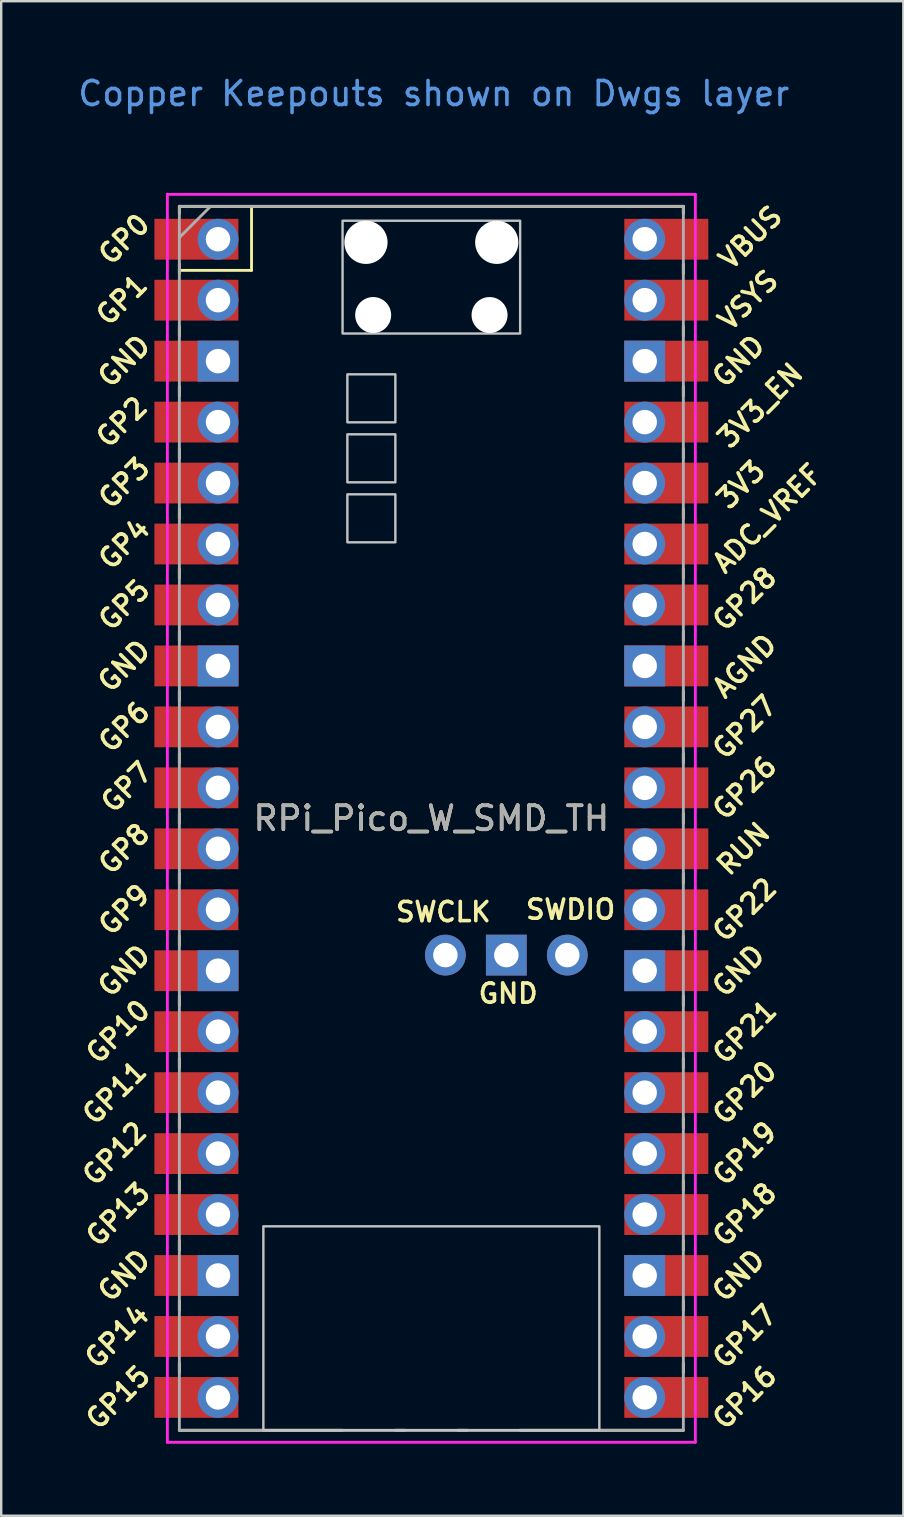
<source format=kicad_pcb>
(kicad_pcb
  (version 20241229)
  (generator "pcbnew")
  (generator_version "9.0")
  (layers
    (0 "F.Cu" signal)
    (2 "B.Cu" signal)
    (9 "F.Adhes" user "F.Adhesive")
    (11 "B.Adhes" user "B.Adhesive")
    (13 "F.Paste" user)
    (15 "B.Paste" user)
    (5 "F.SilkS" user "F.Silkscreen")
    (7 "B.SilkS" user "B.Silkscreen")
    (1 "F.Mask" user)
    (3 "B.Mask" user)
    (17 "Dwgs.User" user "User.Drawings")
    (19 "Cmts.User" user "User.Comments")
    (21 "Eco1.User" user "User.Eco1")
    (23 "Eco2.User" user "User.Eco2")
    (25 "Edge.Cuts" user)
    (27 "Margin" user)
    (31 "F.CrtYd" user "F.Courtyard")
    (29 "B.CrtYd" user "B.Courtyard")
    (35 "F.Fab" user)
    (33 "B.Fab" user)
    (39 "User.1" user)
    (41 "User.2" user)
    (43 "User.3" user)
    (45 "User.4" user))
  (footprint "RPi_Pico_W_SMD_TH"
    (layer "F.Cu")
    (at 14.924 31.048)
    (property "Reference" "RPi_Pico_W_SMD_TH" (at 0 0 0) (layer "F.SilkS") (effects (font (size 1 1) (thickness 0.15))))
    (attr through_hole)
    (fp_line (start -10.5 -25.5) (end -10.5 -25.2) (stroke (width 0.12) (type solid)) (layer "F.SilkS"))
    (fp_line (start -10.5 -25.5) (end 10.5 -25.5) (stroke (width 0.12) (type solid)) (layer "F.SilkS"))
    (fp_line (start -10.5 -23.1) (end -10.5 -22.7) (stroke (width 0.12) (type solid)) (layer "F.SilkS"))
    (fp_line (start -10.5 -22.833) (end -7.493 -22.833) (stroke (width 0.12) (type solid)) (layer "F.SilkS"))
    (fp_line (start -10.5 -20.5) (end -10.5 -20.1) (stroke (width 0.12) (type solid)) (layer "F.SilkS"))
    (fp_line (start -10.5 -18) (end -10.5 -17.6) (stroke (width 0.12) (type solid)) (layer "F.SilkS"))
    (fp_line (start -10.5 -15.4) (end -10.5 -15) (stroke (width 0.12) (type solid)) (layer "F.SilkS"))
    (fp_line (start -10.5 -12.9) (end -10.5 -12.5) (stroke (width 0.12) (type solid)) (layer "F.SilkS"))
    (fp_line (start -10.5 -10.4) (end -10.5 -10) (stroke (width 0.12) (type solid)) (layer "F.SilkS"))
    (fp_line (start -10.5 -7.8) (end -10.5 -7.4) (stroke (width 0.12) (type solid)) (layer "F.SilkS"))
    (fp_line (start -10.5 -5.3) (end -10.5 -4.9) (stroke (width 0.12) (type solid)) (layer "F.SilkS"))
    (fp_line (start -10.5 -2.7) (end -10.5 -2.3) (stroke (width 0.12) (type solid)) (layer "F.SilkS"))
    (fp_line (start -10.5 -0.2) (end -10.5 0.2) (stroke (width 0.12) (type solid)) (layer "F.SilkS"))
    (fp_line (start -10.5 2.3) (end -10.5 2.7) (stroke (width 0.12) (type solid)) (layer "F.SilkS"))
    (fp_line (start -10.5 4.9) (end -10.5 5.3) (stroke (width 0.12) (type solid)) (layer "F.SilkS"))
    (fp_line (start -10.5 7.4) (end -10.5 7.8) (stroke (width 0.12) (type solid)) (layer "F.SilkS"))
    (fp_line (start -10.5 10) (end -10.5 10.4) (stroke (width 0.12) (type solid)) (layer "F.SilkS"))
    (fp_line (start -10.5 12.5) (end -10.5 12.9) (stroke (width 0.12) (type solid)) (layer "F.SilkS"))
    (fp_line (start -10.5 15.1) (end -10.5 15.5) (stroke (width 0.12) (type solid)) (layer "F.SilkS"))
    (fp_line (start -10.5 17.6) (end -10.5 18) (stroke (width 0.12) (type solid)) (layer "F.SilkS"))
    (fp_line (start -10.5 20.1) (end -10.5 20.5) (stroke (width 0.12) (type solid)) (layer "F.SilkS"))
    (fp_line (start -10.5 22.7) (end -10.5 23.1) (stroke (width 0.12) (type solid)) (layer "F.SilkS"))
    (fp_line (start -7.493 -22.833) (end -7.493 -25.5) (stroke (width 0.12) (type solid)) (layer "F.SilkS"))
    (fp_line (start -3.7 25.5) (end -10.5 25.5) (stroke (width 0.12) (type solid)) (layer "F.SilkS"))
    (fp_line (start -1.5 25.5) (end -1.1 25.5) (stroke (width 0.12) (type solid)) (layer "F.SilkS"))
    (fp_line (start 1.1 25.5) (end 1.5 25.5) (stroke (width 0.12) (type solid)) (layer "F.SilkS"))
    (fp_line (start 10.5 -25.5) (end 10.5 -25.2) (stroke (width 0.12) (type solid)) (layer "F.SilkS"))
    (fp_line (start 10.5 -23.1) (end 10.5 -22.7) (stroke (width 0.12) (type solid)) (layer "F.SilkS"))
    (fp_line (start 10.5 -20.5) (end 10.5 -20.1) (stroke (width 0.12) (type solid)) (layer "F.SilkS"))
    (fp_line (start 10.5 -18) (end 10.5 -17.6) (stroke (width 0.12) (type solid)) (layer "F.SilkS"))
    (fp_line (start 10.5 -15.4) (end 10.5 -15) (stroke (width 0.12) (type solid)) (layer "F.SilkS"))
    (fp_line (start 10.5 -12.9) (end 10.5 -12.5) (stroke (width 0.12) (type solid)) (layer "F.SilkS"))
    (fp_line (start 10.5 -10.4) (end 10.5 -10) (stroke (width 0.12) (type solid)) (layer "F.SilkS"))
    (fp_line (start 10.5 -7.8) (end 10.5 -7.4) (stroke (width 0.12) (type solid)) (layer "F.SilkS"))
    (fp_line (start 10.5 -5.3) (end 10.5 -4.9) (stroke (width 0.12) (type solid)) (layer "F.SilkS"))
    (fp_line (start 10.5 -2.7) (end 10.5 -2.3) (stroke (width 0.12) (type solid)) (layer "F.SilkS"))
    (fp_line (start 10.5 -0.2) (end 10.5 0.2) (stroke (width 0.12) (type solid)) (layer "F.SilkS"))
    (fp_line (start 10.5 2.3) (end 10.5 2.7) (stroke (width 0.12) (type solid)) (layer "F.SilkS"))
    (fp_line (start 10.5 4.9) (end 10.5 5.3) (stroke (width 0.12) (type solid)) (layer "F.SilkS"))
    (fp_line (start 10.5 7.4) (end 10.5 7.8) (stroke (width 0.12) (type solid)) (layer "F.SilkS"))
    (fp_line (start 10.5 10) (end 10.5 10.4) (stroke (width 0.12) (type solid)) (layer "F.SilkS"))
    (fp_line (start 10.5 12.5) (end 10.5 12.9) (stroke (width 0.12) (type solid)) (layer "F.SilkS"))
    (fp_line (start 10.5 15.1) (end 10.5 15.5) (stroke (width 0.12) (type solid)) (layer "F.SilkS"))
    (fp_line (start 10.5 17.6) (end 10.5 18) (stroke (width 0.12) (type solid)) (layer "F.SilkS"))
    (fp_line (start 10.5 20.1) (end 10.5 20.5) (stroke (width 0.12) (type solid)) (layer "F.SilkS"))
    (fp_line (start 10.5 22.7) (end 10.5 23.1) (stroke (width 0.12) (type solid)) (layer "F.SilkS"))
    (fp_line (start 10.5 25.5) (end 3.7 25.5) (stroke (width 0.12) (type solid)) (layer "F.SilkS"))
    (fp_poly (pts (xy -1.5 -16.5) (xy -3.5 -16.5) (xy -3.5 -18.5) (xy -1.5 -18.5)) (stroke (width 0.1) (type solid)) (fill no) (layer "Dwgs.User"))
    (fp_poly (pts (xy -1.5 -14) (xy -3.5 -14) (xy -3.5 -16) (xy -1.5 -16)) (stroke (width 0.1) (type solid)) (fill no) (layer "Dwgs.User"))
    (fp_poly (pts (xy -1.5 -11.5) (xy -3.5 -11.5) (xy -3.5 -13.5) (xy -1.5 -13.5)) (stroke (width 0.1) (type solid)) (fill no) (layer "Dwgs.User"))
    (fp_poly (pts (xy 3.7 -20.2) (xy -3.7 -20.2) (xy -3.7 -24.9) (xy 3.7 -24.9)) (stroke (width 0.1) (type solid)) (fill no) (layer "Dwgs.User"))
    (fp_poly (pts (xy 7 25.5) (xy -7 25.5) (xy -7 17) (xy 7 17)) (stroke (width 0.1) (type solid)) (fill no) (layer "Dwgs.User"))
    (fp_line (start -11 -26) (end 11 -26) (stroke (width 0.12) (type solid)) (layer "F.CrtYd"))
    (fp_line (start -11 26) (end -11 -26) (stroke (width 0.12) (type solid)) (layer "F.CrtYd"))
    (fp_line (start 11 -26) (end 11 26) (stroke (width 0.12) (type solid)) (layer "F.CrtYd"))
    (fp_line (start 11 26) (end -11 26) (stroke (width 0.12) (type solid)) (layer "F.CrtYd"))
    (fp_line (start -10.5 -25.5) (end 10.5 -25.5) (stroke (width 0.12) (type solid)) (layer "F.Fab"))
    (fp_line (start -10.5 -24.2) (end -9.2 -25.5) (stroke (width 0.12) (type solid)) (layer "F.Fab"))
    (fp_line (start -10.5 25.5) (end -10.5 -25.5) (stroke (width 0.12) (type solid)) (layer "F.Fab"))
    (fp_line (start 10.5 -25.5) (end 10.5 25.5) (stroke (width 0.12) (type solid)) (layer "F.Fab"))
    (fp_line (start 10.5 25.5) (end -10.5 25.5) (stroke (width 0.12) (type solid)) (layer "F.Fab"))
    (fp_text user "GP0" (at -12.8 -24.13 45) (layer "F.SilkS") (effects (font (size 0.8 0.8) (thickness 0.15))))
    (fp_text user "GP18" (at 13.054 16.51 45) (layer "F.SilkS") (effects (font (size 0.8 0.8) (thickness 0.15))))
    (fp_text user "GP27" (at 13.054 -3.8 45) (layer "F.SilkS") (effects (font (size 0.8 0.8) (thickness 0.15))))
    (fp_text user "AGND" (at 13.054 -6.35 45) (layer "F.SilkS") (effects (font (size 0.8 0.8) (thickness 0.15))))
    (fp_text user "GND" (at 3.2 7.3 0) (layer "F.SilkS") (effects (font (size 0.8 0.8) (thickness 0.15))))
    (fp_text user "GP14" (at -13.1 21.59 45) (layer "F.SilkS") (effects (font (size 0.8 0.8) (thickness 0.15))))
    (fp_text user "GP20" (at 13.054 11.43 45) (layer "F.SilkS") (effects (font (size 0.8 0.8) (thickness 0.15))))
    (fp_text user "SWCLK" (at 0.5 3.9 0) (layer "F.SilkS") (effects (font (size 0.8 0.8) (thickness 0.15))))
    (fp_text user "GND" (at -12.8 19.05 45) (layer "F.SilkS") (effects (font (size 0.8 0.8) (thickness 0.15))))
    (fp_text user "VBUS" (at 13.3 -24.2 45) (layer "F.SilkS") (effects (font (size 0.8 0.8) (thickness 0.15))))
    (fp_text user "SWDIO" (at 5.8 3.8 0) (layer "F.SilkS") (effects (font (size 0.8 0.8) (thickness 0.15))))
    (fp_text user "GND" (at -12.8 -19.05 45) (layer "F.SilkS") (effects (font (size 0.8 0.8) (thickness 0.15))))
    (fp_text user "GP5" (at -12.8 -8.89 45) (layer "F.SilkS") (effects (font (size 0.8 0.8) (thickness 0.15))))
    (fp_text user "3V3_EN" (at 13.7 -17.2 45) (layer "F.SilkS") (effects (font (size 0.8 0.8) (thickness 0.15))))
    (fp_text user "GP2" (at -12.9 -16.51 45) (layer "F.SilkS") (effects (font (size 0.8 0.8) (thickness 0.15))))
    (fp_text user "GND" (at 12.8 6.35 45) (layer "F.SilkS") (effects (font (size 0.8 0.8) (thickness 0.15))))
    (fp_text user "GP22" (at 13.054 3.81 45) (layer "F.SilkS") (effects (font (size 0.8 0.8) (thickness 0.15))))
    (fp_text user "GP8" (at -12.8 1.27 45) (layer "F.SilkS") (effects (font (size 0.8 0.8) (thickness 0.15))))
    (fp_text user "GP7" (at -12.7 -1.3 45) (layer "F.SilkS") (effects (font (size 0.8 0.8) (thickness 0.15))))
    (fp_text user "GP13" (at -13.054 16.51 45) (layer "F.SilkS") (effects (font (size 0.8 0.8) (thickness 0.15))))
    (fp_text user "GND" (at -12.8 6.35 45) (layer "F.SilkS") (effects (font (size 0.8 0.8) (thickness 0.15))))
    (fp_text user "RUN" (at 13 1.27 45) (layer "F.SilkS") (effects (font (size 0.8 0.8) (thickness 0.15))))
    (fp_text user "VSYS" (at 13.2 -21.59 45) (layer "F.SilkS") (effects (font (size 0.8 0.8) (thickness 0.15))))
    (fp_text user "ADC_VREF" (at 14 -12.5 45) (layer "F.SilkS") (effects (font (size 0.8 0.8) (thickness 0.15))))
    (fp_text user "GP4" (at -12.8 -11.43 45) (layer "F.SilkS") (effects (font (size 0.8 0.8) (thickness 0.15))))
    (fp_text user "GP10" (at -13.054 8.89 45) (layer "F.SilkS") (effects (font (size 0.8 0.8) (thickness 0.15))))
    (fp_text user "GND" (at 12.8 19.05 45) (layer "F.SilkS") (effects (font (size 0.8 0.8) (thickness 0.15))))
    (fp_text user "GP17" (at 13.054 21.59 45) (layer "F.SilkS") (effects (font (size 0.8 0.8) (thickness 0.15))))
    (fp_text user "GP9" (at -12.8 3.81 45) (layer "F.SilkS") (effects (font (size 0.8 0.8) (thickness 0.15))))
    (fp_text user "3V3" (at 12.9 -13.9 45) (layer "F.SilkS") (effects (font (size 0.8 0.8) (thickness 0.15))))
    (fp_text user "GP12" (at -13.2 13.97 45) (layer "F.SilkS") (effects (font (size 0.8 0.8) (thickness 0.15))))
    (fp_text user "GP21" (at 13.054 8.9 45) (layer "F.SilkS") (effects (font (size 0.8 0.8) (thickness 0.15))))
    (fp_text user "GP15" (at -13.054 24.13 45) (layer "F.SilkS") (effects (font (size 0.8 0.8) (thickness 0.15))))
    (fp_text user "GP1" (at -12.9 -21.6 45) (layer "F.SilkS") (effects (font (size 0.8 0.8) (thickness 0.15))))
    (fp_text user "GP28" (at 13.054 -9.144 45) (layer "F.SilkS") (effects (font (size 0.8 0.8) (thickness 0.15))))
    (fp_text user "GP11" (at -13.2 11.43 45) (layer "F.SilkS") (effects (font (size 0.8 0.8) (thickness 0.15))))
    (fp_text user "GP19" (at 13.054 13.97 45) (layer "F.SilkS") (effects (font (size 0.8 0.8) (thickness 0.15))))
    (fp_text user "GP6" (at -12.8 -3.81 45) (layer "F.SilkS") (effects (font (size 0.8 0.8) (thickness 0.15))))
    (fp_text user "GND" (at 12.8 -19.05 45) (layer "F.SilkS") (effects (font (size 0.8 0.8) (thickness 0.15))))
    (fp_text user "GP16" (at 13.054 24.13 45) (layer "F.SilkS") (effects (font (size 0.8 0.8) (thickness 0.15))))
    (fp_text user "GP26" (at 13.054 -1.27 45) (layer "F.SilkS") (effects (font (size 0.8 0.8) (thickness 0.15))))
    (fp_text user "GP3" (at -12.8 -13.97 45) (layer "F.SilkS") (effects (font (size 0.8 0.8) (thickness 0.15))))
    (fp_text user "GND" (at -12.8 -6.35 45) (layer "F.SilkS") (effects (font (size 0.8 0.8) (thickness 0.15))))
    (fp_text user "Copper Keepouts shown on Dwgs layer" (at 0.1 -30.2 0) (layer "Cmts.User") (effects (font (size 1 1) (thickness 0.15))))
    (fp_text user "${REFERENCE}" (at 0 0 180) (layer "F.Fab") (effects (font (size 1 1) (thickness 0.15))))
    (pad "" np_thru_hole oval (at -2.725 -24) (size 1.8 1.8) (drill 1.8) (layers "*.Cu" "*.Mask"))
    (pad "" np_thru_hole oval (at -2.425 -20.97) (size 1.5 1.5) (drill 1.5) (layers "*.Cu" "*.Mask"))
    (pad "" np_thru_hole oval (at 2.425 -20.97) (size 1.5 1.5) (drill 1.5) (layers "*.Cu" "*.Mask"))
    (pad "" np_thru_hole oval (at 2.725 -24) (size 1.8 1.8) (drill 1.8) (layers "*.Cu" "*.Mask"))
    (pad "1" thru_hole oval (at -8.89 -24.13) (size 1.7 1.7) (drill 1.02) (layers "*.Cu" "*.Mask"))
    (pad "1" smd rect (at -8.89 -24.13) (size 3.5 1.7) (drill (offset -0.9 0)) (layers "F.Cu" "F.Mask"))
    (pad "2" thru_hole oval (at -8.89 -21.59) (size 1.7 1.7) (drill 1.02) (layers "*.Cu" "*.Mask"))
    (pad "2" smd rect (at -8.89 -21.59) (size 3.5 1.7) (drill (offset -0.9 0)) (layers "F.Cu" "F.Mask"))
    (pad "3" thru_hole rect (at -8.89 -19.05) (size 1.7 1.7) (drill 1.02) (layers "*.Cu" "*.Mask"))
    (pad "3" smd rect (at -8.89 -19.05) (size 3.5 1.7) (drill (offset -0.9 0)) (layers "F.Cu" "F.Mask"))
    (pad "4" thru_hole oval (at -8.89 -16.51) (size 1.7 1.7) (drill 1.02) (layers "*.Cu" "*.Mask"))
    (pad "4" smd rect (at -8.89 -16.51) (size 3.5 1.7) (drill (offset -0.9 0)) (layers "F.Cu" "F.Mask"))
    (pad "5" thru_hole oval (at -8.89 -13.97) (size 1.7 1.7) (drill 1.02) (layers "*.Cu" "*.Mask"))
    (pad "5" smd rect (at -8.89 -13.97) (size 3.5 1.7) (drill (offset -0.9 0)) (layers "F.Cu" "F.Mask"))
    (pad "6" thru_hole oval (at -8.89 -11.43) (size 1.7 1.7) (drill 1.02) (layers "*.Cu" "*.Mask"))
    (pad "6" smd rect (at -8.89 -11.43) (size 3.5 1.7) (drill (offset -0.9 0)) (layers "F.Cu" "F.Mask"))
    (pad "7" thru_hole oval (at -8.89 -8.89) (size 1.7 1.7) (drill 1.02) (layers "*.Cu" "*.Mask"))
    (pad "7" smd rect (at -8.89 -8.89) (size 3.5 1.7) (drill (offset -0.9 0)) (layers "F.Cu" "F.Mask"))
    (pad "8" thru_hole rect (at -8.89 -6.35) (size 1.7 1.7) (drill 1.02) (layers "*.Cu" "*.Mask"))
    (pad "8" smd rect (at -8.89 -6.35) (size 3.5 1.7) (drill (offset -0.9 0)) (layers "F.Cu" "F.Mask"))
    (pad "9" thru_hole oval (at -8.89 -3.81) (size 1.7 1.7) (drill 1.02) (layers "*.Cu" "*.Mask"))
    (pad "9" smd rect (at -8.89 -3.81) (size 3.5 1.7) (drill (offset -0.9 0)) (layers "F.Cu" "F.Mask"))
    (pad "10" thru_hole oval (at -8.89 -1.27) (size 1.7 1.7) (drill 1.02) (layers "*.Cu" "*.Mask"))
    (pad "10" smd rect (at -8.89 -1.27) (size 3.5 1.7) (drill (offset -0.9 0)) (layers "F.Cu" "F.Mask"))
    (pad "11" thru_hole oval (at -8.89 1.27) (size 1.7 1.7) (drill 1.02) (layers "*.Cu" "*.Mask"))
    (pad "11" smd rect (at -8.89 1.27) (size 3.5 1.7) (drill (offset -0.9 0)) (layers "F.Cu" "F.Mask"))
    (pad "12" thru_hole oval (at -8.89 3.81) (size 1.7 1.7) (drill 1.02) (layers "*.Cu" "*.Mask"))
    (pad "12" smd rect (at -8.89 3.81) (size 3.5 1.7) (drill (offset -0.9 0)) (layers "F.Cu" "F.Mask"))
    (pad "13" thru_hole rect (at -8.89 6.35) (size 1.7 1.7) (drill 1.02) (layers "*.Cu" "*.Mask"))
    (pad "13" smd rect (at -8.89 6.35) (size 3.5 1.7) (drill (offset -0.9 0)) (layers "F.Cu" "F.Mask"))
    (pad "14" thru_hole oval (at -8.89 8.89) (size 1.7 1.7) (drill 1.02) (layers "*.Cu" "*.Mask"))
    (pad "14" smd rect (at -8.89 8.89) (size 3.5 1.7) (drill (offset -0.9 0)) (layers "F.Cu" "F.Mask"))
    (pad "15" thru_hole oval (at -8.89 11.43) (size 1.7 1.7) (drill 1.02) (layers "*.Cu" "*.Mask"))
    (pad "15" smd rect (at -8.89 11.43) (size 3.5 1.7) (drill (offset -0.9 0)) (layers "F.Cu" "F.Mask"))
    (pad "16" thru_hole oval (at -8.89 13.97) (size 1.7 1.7) (drill 1.02) (layers "*.Cu" "*.Mask"))
    (pad "16" smd rect (at -8.89 13.97) (size 3.5 1.7) (drill (offset -0.9 0)) (layers "F.Cu" "F.Mask"))
    (pad "17" thru_hole oval (at -8.89 16.51) (size 1.7 1.7) (drill 1.02) (layers "*.Cu" "*.Mask"))
    (pad "17" smd rect (at -8.89 16.51) (size 3.5 1.7) (drill (offset -0.9 0)) (layers "F.Cu" "F.Mask"))
    (pad "18" thru_hole rect (at -8.89 19.05) (size 1.7 1.7) (drill 1.02) (layers "*.Cu" "*.Mask"))
    (pad "18" smd rect (at -8.89 19.05) (size 3.5 1.7) (drill (offset -0.9 0)) (layers "F.Cu" "F.Mask"))
    (pad "19" thru_hole oval (at -8.89 21.59) (size 1.7 1.7) (drill 1.02) (layers "*.Cu" "*.Mask"))
    (pad "19" smd rect (at -8.89 21.59) (size 3.5 1.7) (drill (offset -0.9 0)) (layers "F.Cu" "F.Mask"))
    (pad "20" thru_hole oval (at -8.89 24.13) (size 1.7 1.7) (drill 1.02) (layers "*.Cu" "*.Mask"))
    (pad "20" smd rect (at -8.89 24.13) (size 3.5 1.7) (drill (offset -0.9 0)) (layers "F.Cu" "F.Mask"))
    (pad "21" thru_hole oval (at 8.89 24.13) (size 1.7 1.7) (drill 1.02) (layers "*.Cu" "*.Mask"))
    (pad "21" smd rect (at 8.89 24.13) (size 3.5 1.7) (drill (offset 0.9 0)) (layers "F.Cu" "F.Mask"))
    (pad "22" thru_hole oval (at 8.89 21.59) (size 1.7 1.7) (drill 1.02) (layers "*.Cu" "*.Mask"))
    (pad "22" smd rect (at 8.89 21.59) (size 3.5 1.7) (drill (offset 0.9 0)) (layers "F.Cu" "F.Mask"))
    (pad "23" thru_hole rect (at 8.89 19.05) (size 1.7 1.7) (drill 1.02) (layers "*.Cu" "*.Mask"))
    (pad "23" smd rect (at 8.89 19.05) (size 3.5 1.7) (drill (offset 0.9 0)) (layers "F.Cu" "F.Mask"))
    (pad "24" thru_hole oval (at 8.89 16.51) (size 1.7 1.7) (drill 1.02) (layers "*.Cu" "*.Mask"))
    (pad "24" smd rect (at 8.89 16.51) (size 3.5 1.7) (drill (offset 0.9 0)) (layers "F.Cu" "F.Mask"))
    (pad "25" thru_hole oval (at 8.89 13.97) (size 1.7 1.7) (drill 1.02) (layers "*.Cu" "*.Mask"))
    (pad "25" smd rect (at 8.89 13.97) (size 3.5 1.7) (drill (offset 0.9 0)) (layers "F.Cu" "F.Mask"))
    (pad "26" thru_hole oval (at 8.89 11.43) (size 1.7 1.7) (drill 1.02) (layers "*.Cu" "*.Mask"))
    (pad "26" smd rect (at 8.89 11.43) (size 3.5 1.7) (drill (offset 0.9 0)) (layers "F.Cu" "F.Mask"))
    (pad "27" thru_hole oval (at 8.89 8.89) (size 1.7 1.7) (drill 1.02) (layers "*.Cu" "*.Mask"))
    (pad "27" smd rect (at 8.89 8.89) (size 3.5 1.7) (drill (offset 0.9 0)) (layers "F.Cu" "F.Mask"))
    (pad "28" thru_hole rect (at 8.89 6.35) (size 1.7 1.7) (drill 1.02) (layers "*.Cu" "*.Mask"))
    (pad "28" smd rect (at 8.89 6.35) (size 3.5 1.7) (drill (offset 0.9 0)) (layers "F.Cu" "F.Mask"))
    (pad "29" thru_hole oval (at 8.89 3.81) (size 1.7 1.7) (drill 1.02) (layers "*.Cu" "*.Mask"))
    (pad "29" smd rect (at 8.89 3.81) (size 3.5 1.7) (drill (offset 0.9 0)) (layers "F.Cu" "F.Mask"))
    (pad "30" thru_hole oval (at 8.89 1.27) (size 1.7 1.7) (drill 1.02) (layers "*.Cu" "*.Mask"))
    (pad "30" smd rect (at 8.89 1.27) (size 3.5 1.7) (drill (offset 0.9 0)) (layers "F.Cu" "F.Mask"))
    (pad "31" thru_hole oval (at 8.89 -1.27) (size 1.7 1.7) (drill 1.02) (layers "*.Cu" "*.Mask"))
    (pad "31" smd rect (at 8.89 -1.27) (size 3.5 1.7) (drill (offset 0.9 0)) (layers "F.Cu" "F.Mask"))
    (pad "32" thru_hole oval (at 8.89 -3.81) (size 1.7 1.7) (drill 1.02) (layers "*.Cu" "*.Mask"))
    (pad "32" smd rect (at 8.89 -3.81) (size 3.5 1.7) (drill (offset 0.9 0)) (layers "F.Cu" "F.Mask"))
    (pad "33" thru_hole rect (at 8.89 -6.35) (size 1.7 1.7) (drill 1.02) (layers "*.Cu" "*.Mask"))
    (pad "33" smd rect (at 8.89 -6.35) (size 3.5 1.7) (drill (offset 0.9 0)) (layers "F.Cu" "F.Mask"))
    (pad "34" thru_hole oval (at 8.89 -8.89) (size 1.7 1.7) (drill 1.02) (layers "*.Cu" "*.Mask"))
    (pad "34" smd rect (at 8.89 -8.89) (size 3.5 1.7) (drill (offset 0.9 0)) (layers "F.Cu" "F.Mask"))
    (pad "35" thru_hole oval (at 8.89 -11.43) (size 1.7 1.7) (drill 1.02) (layers "*.Cu" "*.Mask"))
    (pad "35" smd rect (at 8.89 -11.43) (size 3.5 1.7) (drill (offset 0.9 0)) (layers "F.Cu" "F.Mask"))
    (pad "36" thru_hole oval (at 8.89 -13.97) (size 1.7 1.7) (drill 1.02) (layers "*.Cu" "*.Mask"))
    (pad "36" smd rect (at 8.89 -13.97) (size 3.5 1.7) (drill (offset 0.9 0)) (layers "F.Cu" "F.Mask"))
    (pad "37" thru_hole oval (at 8.89 -16.51) (size 1.7 1.7) (drill 1.02) (layers "*.Cu" "*.Mask"))
    (pad "37" smd rect (at 8.89 -16.51) (size 3.5 1.7) (drill (offset 0.9 0)) (layers "F.Cu" "F.Mask"))
    (pad "38" thru_hole rect (at 8.89 -19.05) (size 1.7 1.7) (drill 1.02) (layers "*.Cu" "*.Mask"))
    (pad "38" smd rect (at 8.89 -19.05) (size 3.5 1.7) (drill (offset 0.9 0)) (layers "F.Cu" "F.Mask"))
    (pad "39" thru_hole oval (at 8.89 -21.59) (size 1.7 1.7) (drill 1.02) (layers "*.Cu" "*.Mask"))
    (pad "39" smd rect (at 8.89 -21.59) (size 3.5 1.7) (drill (offset 0.9 0)) (layers "F.Cu" "F.Mask"))
    (pad "40" thru_hole oval (at 8.89 -24.13) (size 1.7 1.7) (drill 1.02) (layers "*.Cu" "*.Mask"))
    (pad "40" smd rect (at 8.89 -24.13) (size 3.5 1.7) (drill (offset 0.9 0)) (layers "F.Cu" "F.Mask"))
    (pad "41" thru_hole oval (at 0.584 5.7) (size 1.7 1.7) (drill 1.02) (layers "*.Cu" "*.Mask"))
    (pad "42" thru_hole rect (at 3.124 5.7) (size 1.7 1.7) (drill 1.02) (layers "*.Cu" "*.Mask"))
    (pad "43" thru_hole oval (at 5.664 5.7) (size 1.7 1.7) (drill 1.02) (layers "*.Cu" "*.Mask")))
  (gr_rect
    (start -3 -3)
    (end 34.591 60.108)
    (stroke (width 0.1) (type default))
    (fill no)
    (layer "Edge.Cuts")))
</source>
